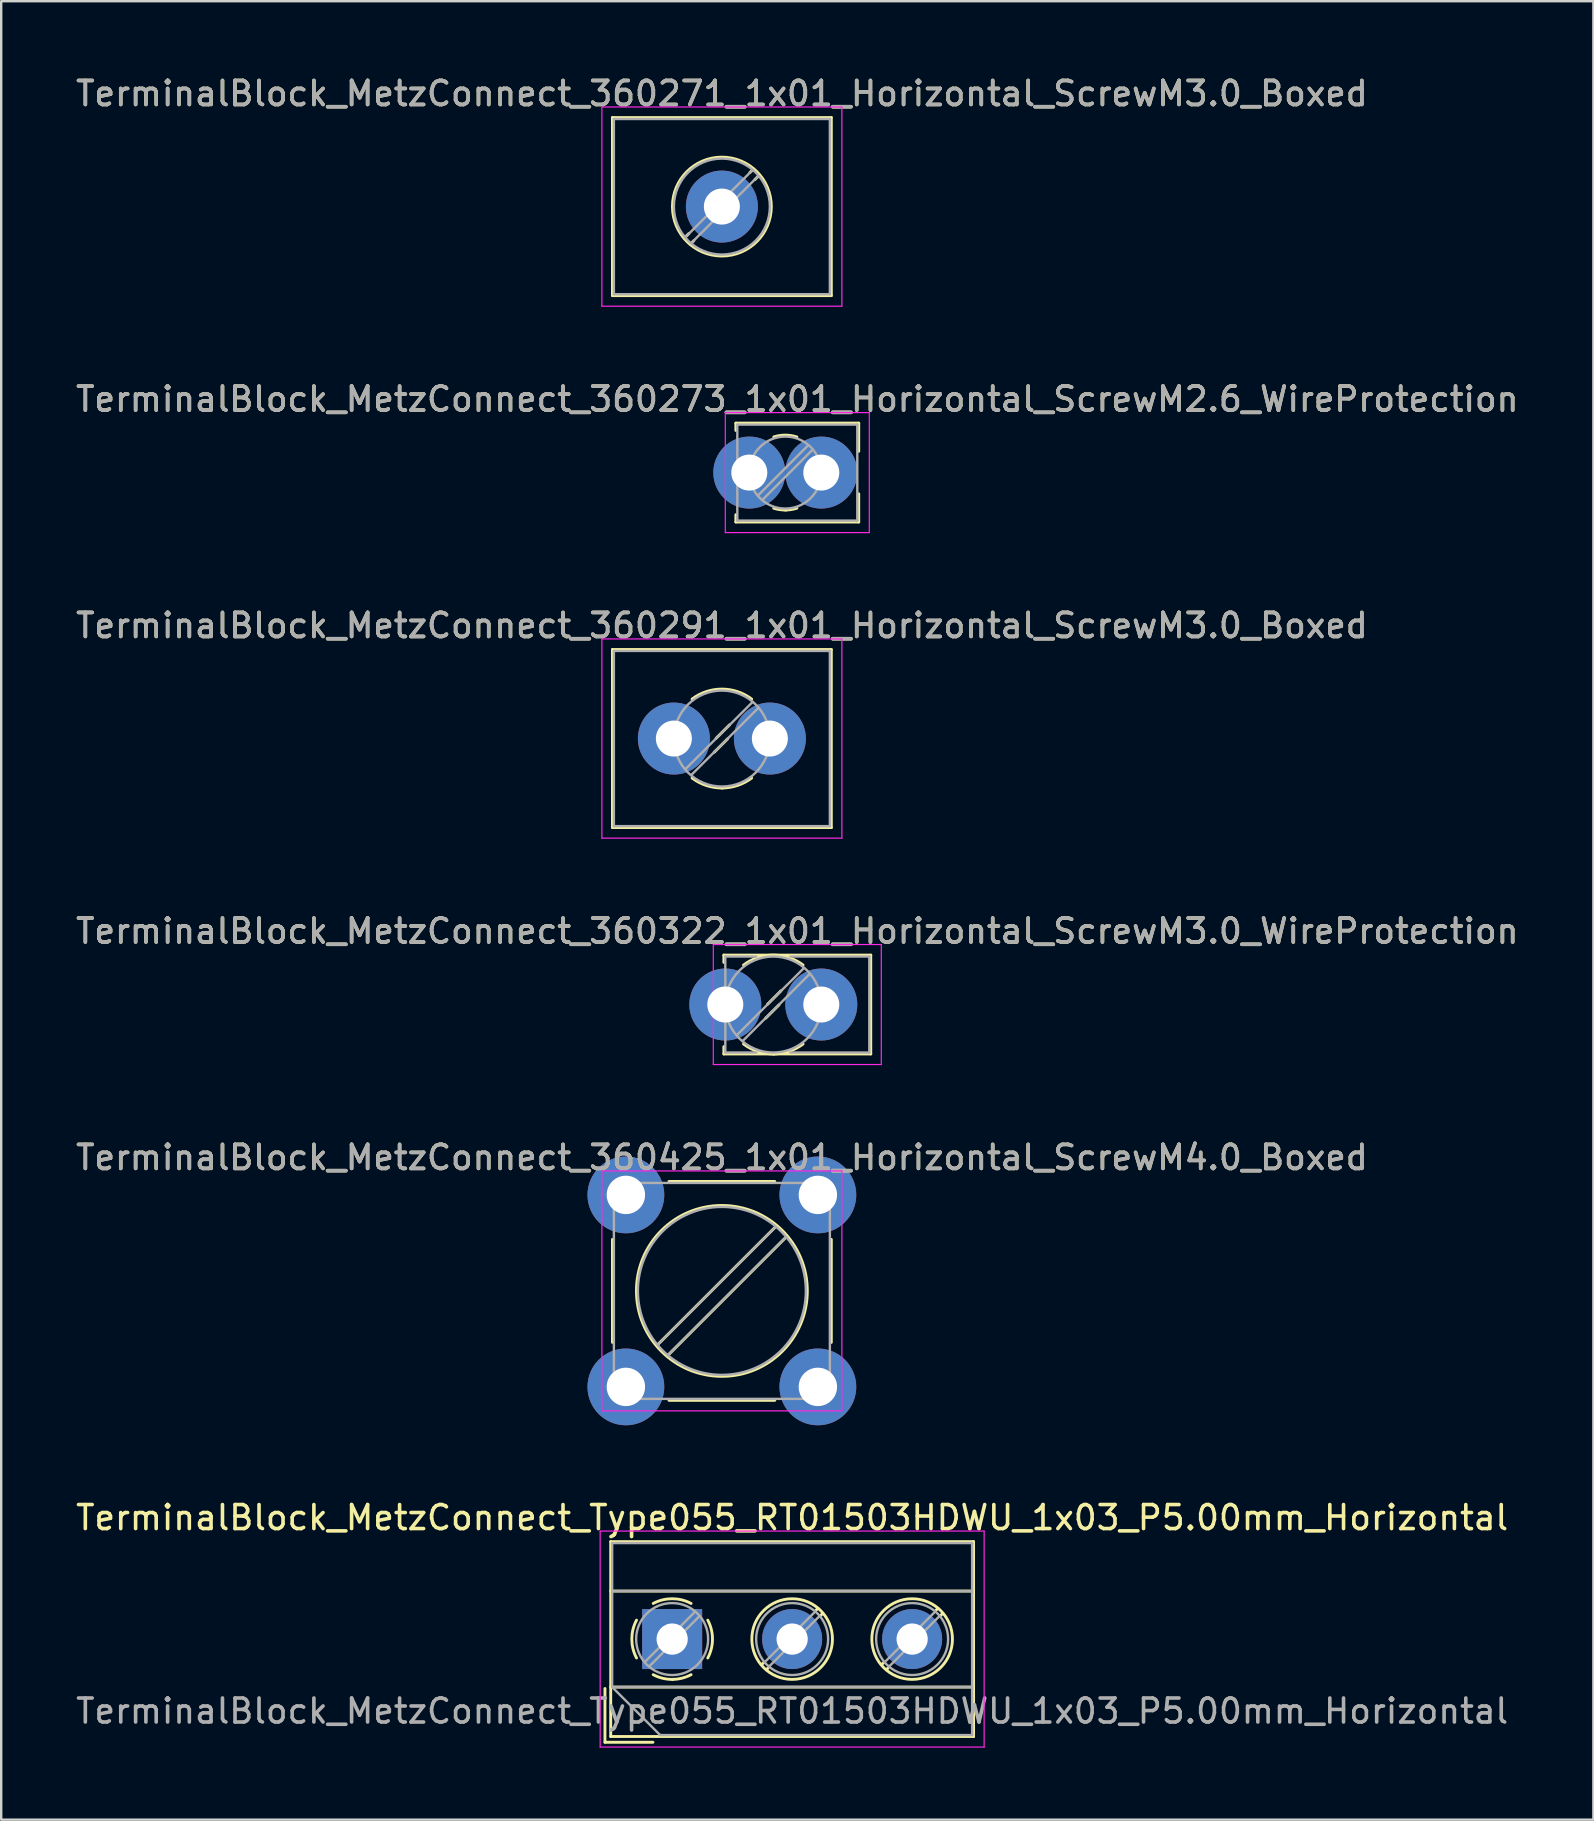
<source format=kicad_pcb>
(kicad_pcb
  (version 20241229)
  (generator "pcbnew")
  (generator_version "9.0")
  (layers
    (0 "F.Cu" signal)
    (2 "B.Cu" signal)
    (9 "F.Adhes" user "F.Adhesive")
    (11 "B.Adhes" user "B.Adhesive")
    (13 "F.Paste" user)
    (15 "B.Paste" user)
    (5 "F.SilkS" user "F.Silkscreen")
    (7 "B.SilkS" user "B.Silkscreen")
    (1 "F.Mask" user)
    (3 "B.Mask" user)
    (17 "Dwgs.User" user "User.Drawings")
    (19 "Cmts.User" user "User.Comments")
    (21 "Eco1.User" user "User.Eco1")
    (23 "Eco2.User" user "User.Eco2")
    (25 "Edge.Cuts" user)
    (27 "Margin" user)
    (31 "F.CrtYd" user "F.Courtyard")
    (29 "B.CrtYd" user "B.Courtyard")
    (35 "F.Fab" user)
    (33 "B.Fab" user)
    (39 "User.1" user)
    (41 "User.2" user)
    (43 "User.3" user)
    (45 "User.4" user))
  (footprint "TerminalBlock_MetzConnect_360271_1x01_Horizontal_ScrewM3.0_Boxed"
    (layer "F.Cu")
    (at 27.03 5.558)
    (property "Reference" "TerminalBlock_MetzConnect_360271_1x01_Horizontal_ScrewM3.0_Boxed" (at 0 -4.71 0) (layer "F.SilkS") (effects (font (size 1 1) (thickness 0.15))))
    (attr through_hole)
    (fp_line (start -4.56 -3.71) (end -4.56 3.71) (stroke (width 0.12) (type solid)) (layer "F.SilkS"))
    (fp_line (start -4.56 -3.71) (end 4.56 -3.71) (stroke (width 0.12) (type solid)) (layer "F.SilkS"))
    (fp_line (start -4.56 3.71) (end 4.56 3.71) (stroke (width 0.12) (type solid)) (layer "F.SilkS"))
    (fp_line (start -1.376 1.124) (end -1.563 1.311) (stroke (width 0.12) (type solid)) (layer "F.SilkS"))
    (fp_line (start -1.168 1.419) (end -1.312 1.563) (stroke (width 0.12) (type solid)) (layer "F.SilkS"))
    (fp_line (start 1.312 -1.563) (end 1.168 -1.419) (stroke (width 0.12) (type solid)) (layer "F.SilkS"))
    (fp_line (start 1.563 -1.311) (end 1.376 -1.125) (stroke (width 0.12) (type solid)) (layer "F.SilkS"))
    (fp_line (start 4.56 -3.71) (end 4.56 3.71) (stroke (width 0.12) (type solid)) (layer "F.SilkS"))
    (fp_circle (center 0 0) (end 2.06 0) (stroke (width 0.12) (type solid)) (fill no) (layer "F.SilkS"))
    (fp_line (start -5 -4.15) (end -5 4.15) (stroke (width 0.05) (type solid)) (layer "F.CrtYd"))
    (fp_line (start -5 4.15) (end 5 4.15) (stroke (width 0.05) (type solid)) (layer "F.CrtYd"))
    (fp_line (start 5 -4.15) (end -5 -4.15) (stroke (width 0.05) (type solid)) (layer "F.CrtYd"))
    (fp_line (start 5 4.15) (end 5 -4.15) (stroke (width 0.05) (type solid)) (layer "F.CrtYd"))
    (fp_line (start -4.5 -3.65) (end -4.5 3.65) (stroke (width 0.1) (type solid)) (layer "F.Fab"))
    (fp_line (start -4.5 -3.65) (end 4.5 -3.65) (stroke (width 0.1) (type solid)) (layer "F.Fab"))
    (fp_line (start -4.5 3.65) (end 4.5 3.65) (stroke (width 0.1) (type solid)) (layer "F.Fab"))
    (fp_line (start 1.273 -1.517) (end -1.517 1.273) (stroke (width 0.1) (type solid)) (layer "F.Fab"))
    (fp_line (start 1.517 -1.273) (end -1.273 1.517) (stroke (width 0.1) (type solid)) (layer "F.Fab"))
    (fp_line (start 4.5 -3.65) (end 4.5 3.65) (stroke (width 0.1) (type solid)) (layer "F.Fab"))
    (fp_circle (center 0 0) (end 2 0) (stroke (width 0.1) (type solid)) (fill no) (layer "F.Fab"))
    (fp_text user "${REFERENCE}" (at 0 -4.71 0) (layer "F.Fab") (effects (font (size 1 1) (thickness 0.15))))
    (pad "1" thru_hole circle (at 0 0) (size 3 3) (drill 1.5) (layers "*.Cu" "*.Mask")))
  (footprint "TerminalBlock_MetzConnect_360273_1x01_Horizontal_ScrewM2.6_WireProtection"
    (layer "F.Cu")
    (at 28.173 16.642)
    (property "Reference" "TerminalBlock_MetzConnect_360273_1x01_Horizontal_ScrewM2.6_WireProtection" (at 2 -3.06 0) (layer "F.SilkS") (effects (font (size 1 1) (thickness 0.15))))
    (attr through_hole)
    (fp_line (start -0.56 -2.06) (end -0.56 -1.755) (stroke (width 0.12) (type solid)) (layer "F.SilkS"))
    (fp_line (start -0.56 -2.06) (end 4.56 -2.06) (stroke (width 0.12) (type solid)) (layer "F.SilkS"))
    (fp_line (start -0.56 1.755) (end -0.56 2.06) (stroke (width 0.12) (type solid)) (layer "F.SilkS"))
    (fp_line (start -0.56 2.06) (end 4.56 2.06) (stroke (width 0.12) (type solid)) (layer "F.SilkS"))
    (fp_line (start 4.56 -2.06) (end 4.56 -0.885) (stroke (width 0.12) (type solid)) (layer "F.SilkS"))
    (fp_line (start 4.56 0.885) (end 4.56 2.06) (stroke (width 0.12) (type solid)) (layer "F.SilkS"))
    (fp_arc (start 1.018482 -1.484481) (mid 1.500779 -1.560623) (end 1.983 -1.484) (stroke (width 0.12) (type solid)) (layer "F.SilkS"))
    (fp_arc (start 1.526458 1.560399) (mid 1.268555 1.543366) (end 1.017 1.484) (stroke (width 0.12) (type solid)) (layer "F.SilkS"))
    (fp_arc (start 1.982067 1.483648) (mid 1.744038 1.540794) (end 1.5 1.56) (stroke (width 0.12) (type solid)) (layer "F.SilkS"))
    (fp_line (start -1 -2.5) (end -1 2.5) (stroke (width 0.05) (type solid)) (layer "F.CrtYd"))
    (fp_line (start -1 2.5) (end 5 2.5) (stroke (width 0.05) (type solid)) (layer "F.CrtYd"))
    (fp_line (start 5 -2.5) (end -1 -2.5) (stroke (width 0.05) (type solid)) (layer "F.CrtYd"))
    (fp_line (start 5 2.5) (end 5 -2.5) (stroke (width 0.05) (type solid)) (layer "F.CrtYd"))
    (fp_line (start -0.5 -2) (end -0.5 2) (stroke (width 0.1) (type solid)) (layer "F.Fab"))
    (fp_line (start -0.5 -2) (end 4.5 -2) (stroke (width 0.1) (type solid)) (layer "F.Fab"))
    (fp_line (start -0.5 2) (end 4.5 2) (stroke (width 0.1) (type solid)) (layer "F.Fab"))
    (fp_line (start 2.455 -1.138) (end 0.362 0.955) (stroke (width 0.1) (type solid)) (layer "F.Fab"))
    (fp_line (start 2.638 -0.955) (end 0.545 1.138) (stroke (width 0.1) (type solid)) (layer "F.Fab"))
    (fp_line (start 4.5 -2) (end 4.5 2) (stroke (width 0.1) (type solid)) (layer "F.Fab"))
    (fp_circle (center 1.5 0) (end 3 0) (stroke (width 0.1) (type solid)) (fill no) (layer "F.Fab"))
    (fp_text user "${REFERENCE}" (at 2 -3.06 0) (layer "F.Fab") (effects (font (size 1 1) (thickness 0.15))))
    (pad "1" thru_hole circle (at 0 0) (size 3 3) (drill 1.5) (layers "*.Cu" "*.Mask"))
    (pad "1" thru_hole circle (at 3 0) (size 3 3) (drill 1.5) (layers "*.Cu" "*.Mask")))
  (footprint "TerminalBlock_MetzConnect_360322_1x01_Horizontal_ScrewM3.0_WireProtection"
    (layer "F.Cu")
    (at 27.173 38.808)
    (property "Reference" "TerminalBlock_MetzConnect_360322_1x01_Horizontal_ScrewM3.0_WireProtection" (at 3 -3.06 0) (layer "F.SilkS") (effects (font (size 1 1) (thickness 0.15))))
    (attr through_hole)
    (fp_line (start -0.06 -2.06) (end -0.06 -1.755) (stroke (width 0.12) (type solid)) (layer "F.SilkS"))
    (fp_line (start -0.06 -2.06) (end 6.061 -2.06) (stroke (width 0.12) (type solid)) (layer "F.SilkS"))
    (fp_line (start -0.06 1.755) (end -0.06 2.06) (stroke (width 0.12) (type solid)) (layer "F.SilkS"))
    (fp_line (start -0.06 2.06) (end 6.061 2.06) (stroke (width 0.12) (type solid)) (layer "F.SilkS"))
    (fp_line (start 1.68 0.571) (end 1.68 0.571) (stroke (width 0.12) (type solid)) (layer "F.SilkS"))
    (fp_line (start 2.241 0.011) (end 1.708 0.543) (stroke (width 0.12) (type solid)) (layer "F.SilkS"))
    (fp_line (start 2.291 -0.543) (end 1.759 -0.011) (stroke (width 0.12) (type solid)) (layer "F.SilkS"))
    (fp_line (start 2.32 -0.572) (end 2.32 -0.572) (stroke (width 0.12) (type solid)) (layer "F.SilkS"))
    (fp_line (start 6.061 -2.06) (end 6.061 2.06) (stroke (width 0.12) (type solid)) (layer "F.SilkS"))
    (fp_arc (start 0.759554 -1.645664) (mid 1.999721 -2.060805) (end 3.24 -1.646) (stroke (width 0.12) (type solid)) (layer "F.SilkS"))
    (fp_arc (start 2.034842 2.060314) (mid 1.362171 1.959409) (end 0.759 1.645) (stroke (width 0.12) (type solid)) (layer "F.SilkS"))
    (fp_arc (start 3.239739 1.645189) (mid 2.653648 1.953547) (end 2 2.06) (stroke (width 0.12) (type solid)) (layer "F.SilkS"))
    (fp_line (start -0.5 -2.5) (end -0.5 2.5) (stroke (width 0.05) (type solid)) (layer "F.CrtYd"))
    (fp_line (start -0.5 2.5) (end 6.5 2.5) (stroke (width 0.05) (type solid)) (layer "F.CrtYd"))
    (fp_line (start 6.5 -2.5) (end -0.5 -2.5) (stroke (width 0.05) (type solid)) (layer "F.CrtYd"))
    (fp_line (start 6.5 2.5) (end 6.5 -2.5) (stroke (width 0.05) (type solid)) (layer "F.CrtYd"))
    (fp_line (start 0 -2) (end 0 -0.265) (stroke (width 0.1) (type solid)) (layer "F.Fab"))
    (fp_line (start 0 -2) (end 1.289 -2) (stroke (width 0.1) (type solid)) (layer "F.Fab"))
    (fp_line (start 0 0.265) (end 0 2) (stroke (width 0.1) (type solid)) (layer "F.Fab"))
    (fp_line (start 0 2) (end 1.289 2) (stroke (width 0.1) (type solid)) (layer "F.Fab"))
    (fp_line (start 2.711 -2) (end 6 -2) (stroke (width 0.1) (type solid)) (layer "F.Fab"))
    (fp_line (start 2.711 2) (end 6 2) (stroke (width 0.1) (type solid)) (layer "F.Fab"))
    (fp_line (start 3.273 -1.517) (end 0.483 1.273) (stroke (width 0.1) (type solid)) (layer "F.Fab"))
    (fp_line (start 3.517 -1.273) (end 0.727 1.517) (stroke (width 0.1) (type solid)) (layer "F.Fab"))
    (fp_line (start 6 -2) (end 6 2) (stroke (width 0.1) (type solid)) (layer "F.Fab"))
    (fp_circle (center 2 0) (end 4 0) (stroke (width 0.1) (type solid)) (fill no) (layer "F.Fab"))
    (fp_text user "${REFERENCE}" (at 3 -3.06 0) (layer "F.Fab") (effects (font (size 1 1) (thickness 0.15))))
    (pad "1" thru_hole circle (at 0 0) (size 3 3) (drill 1.5) (layers "*.Cu" "*.Mask"))
    (pad "1" thru_hole circle (at 4 0) (size 3 3) (drill 1.5) (layers "*.Cu" "*.Mask")))
  (footprint "TerminalBlock_MetzConnect_360425_1x01_Horizontal_ScrewM4.0_Boxed"
    (layer "F.Cu")
    (at 23.03 46.741)
    (property "Reference" "TerminalBlock_MetzConnect_360425_1x01_Horizontal_ScrewM4.0_Boxed" (at 4 -1.56 0) (layer "F.SilkS") (effects (font (size 1 1) (thickness 0.15))))
    (attr through_hole)
    (fp_line (start -0.56 1.855) (end -0.56 6.145) (stroke (width 0.12) (type solid)) (layer "F.SilkS"))
    (fp_line (start 1.796 -0.56) (end 6.204 -0.56) (stroke (width 0.12) (type solid)) (layer "F.SilkS"))
    (fp_line (start 1.796 8.56) (end 6.204 8.56) (stroke (width 0.12) (type solid)) (layer "F.SilkS"))
    (fp_line (start 6.266 1.3) (end 1.299 6.266) (stroke (width 0.12) (type solid)) (layer "F.SilkS"))
    (fp_line (start 6.7 1.734) (end 1.734 6.7) (stroke (width 0.12) (type solid)) (layer "F.SilkS"))
    (fp_line (start 8.56 1.855) (end 8.56 6.145) (stroke (width 0.12) (type solid)) (layer "F.SilkS"))
    (fp_circle (center 4 4) (end 7.56 4) (stroke (width 0.12) (type solid)) (fill no) (layer "F.SilkS"))
    (fp_line (start -1 -1) (end -1 9) (stroke (width 0.05) (type solid)) (layer "F.CrtYd"))
    (fp_line (start -1 9) (end 9 9) (stroke (width 0.05) (type solid)) (layer "F.CrtYd"))
    (fp_line (start 9 -1) (end -1 -1) (stroke (width 0.05) (type solid)) (layer "F.CrtYd"))
    (fp_line (start 9 9) (end 9 -1) (stroke (width 0.05) (type solid)) (layer "F.CrtYd"))
    (fp_line (start -0.5 -0.5) (end -0.5 8.5) (stroke (width 0.1) (type solid)) (layer "F.Fab"))
    (fp_line (start -0.5 -0.5) (end 8.5 -0.5) (stroke (width 0.1) (type solid)) (layer "F.Fab"))
    (fp_line (start -0.5 8.5) (end 8.5 8.5) (stroke (width 0.1) (type solid)) (layer "F.Fab"))
    (fp_line (start 6.228 1.345) (end 1.345 6.227) (stroke (width 0.1) (type solid)) (layer "F.Fab"))
    (fp_line (start 6.655 1.772) (end 1.772 6.654) (stroke (width 0.1) (type solid)) (layer "F.Fab"))
    (fp_line (start 8.5 -0.5) (end 8.5 8.5) (stroke (width 0.1) (type solid)) (layer "F.Fab"))
    (fp_circle (center 4 4) (end 7.5 4) (stroke (width 0.1) (type solid)) (fill no) (layer "F.Fab"))
    (fp_text user "${REFERENCE}" (at 4 -1.56 0) (layer "F.Fab") (effects (font (size 1 1) (thickness 0.15))))
    (pad "1" thru_hole circle (at 0 0) (size 3.2 3.2) (drill 1.6) (layers "*.Cu" "*.Mask"))
    (pad "1" thru_hole circle (at 0 8) (size 3.2 3.2) (drill 1.6) (layers "*.Cu" "*.Mask"))
    (pad "1" thru_hole circle (at 8 0) (size 3.2 3.2) (drill 1.6) (layers "*.Cu" "*.Mask"))
    (pad "1" thru_hole circle (at 8 8) (size 3.2 3.2) (drill 1.6) (layers "*.Cu" "*.Mask")))
  (footprint "TerminalBlock_MetzConnect_Type055_RT01503HDWU_1x03_P5.00mm_Horizontal"
    (layer "F.Cu")
    (at 24.958 65.249)
    (property "Reference" "TerminalBlock_MetzConnect_Type055_RT01503HDWU_1x03_P5.00mm_Horizontal" (at 5 -5.06 0) (layer "F.SilkS") (effects (font (size 1 1) (thickness 0.15))))
    (attr through_hole)
    (fp_line (start -2.8 2.06) (end -2.8 4.3) (stroke (width 0.12) (type solid)) (layer "F.SilkS"))
    (fp_line (start -2.8 4.3) (end -0.8 4.3) (stroke (width 0.12) (type solid)) (layer "F.SilkS"))
    (fp_line (start -2.56 -4.06) (end -2.56 4.06) (stroke (width 0.12) (type solid)) (layer "F.SilkS"))
    (fp_line (start -2.56 -4.06) (end 12.56 -4.06) (stroke (width 0.12) (type solid)) (layer "F.SilkS"))
    (fp_line (start -2.56 -2) (end 12.56 -2) (stroke (width 0.12) (type solid)) (layer "F.SilkS"))
    (fp_line (start -2.56 2) (end 12.56 2) (stroke (width 0.12) (type solid)) (layer "F.SilkS"))
    (fp_line (start -2.56 4.06) (end 12.56 4.06) (stroke (width 0.12) (type solid)) (layer "F.SilkS"))
    (fp_line (start 3.82 0.976) (end 3.726 1.069) (stroke (width 0.12) (type solid)) (layer "F.SilkS"))
    (fp_line (start 3.99 1.216) (end 3.931 1.274) (stroke (width 0.12) (type solid)) (layer "F.SilkS"))
    (fp_line (start 6.07 -1.275) (end 6.011 -1.216) (stroke (width 0.12) (type solid)) (layer "F.SilkS"))
    (fp_line (start 6.275 -1.069) (end 6.181 -0.976) (stroke (width 0.12) (type solid)) (layer "F.SilkS"))
    (fp_line (start 8.82 0.976) (end 8.726 1.069) (stroke (width 0.12) (type solid)) (layer "F.SilkS"))
    (fp_line (start 8.99 1.216) (end 8.931 1.274) (stroke (width 0.12) (type solid)) (layer "F.SilkS"))
    (fp_line (start 11.07 -1.275) (end 11.011 -1.216) (stroke (width 0.12) (type solid)) (layer "F.SilkS"))
    (fp_line (start 11.275 -1.069) (end 11.181 -0.976) (stroke (width 0.12) (type solid)) (layer "F.SilkS"))
    (fp_line (start 12.56 -4.06) (end 12.56 4.06) (stroke (width 0.12) (type solid)) (layer "F.SilkS"))
    (fp_arc (start -1.483953 0.789089) (mid -1.680708 0.00005) (end -1.484 -0.789) (stroke (width 0.12) (type solid)) (layer "F.SilkS"))
    (fp_arc (start -0.789089 -1.483953) (mid -0.00005 -1.680708) (end 0.789 -1.484) (stroke (width 0.12) (type solid)) (layer "F.SilkS"))
    (fp_arc (start 0.029383 1.68045) (mid -0.392304 1.634281) (end -0.789 1.484) (stroke (width 0.12) (type solid)) (layer "F.SilkS"))
    (fp_arc (start 0.788712 1.483352) (mid 0.406429 1.630097) (end 0 1.68) (stroke (width 0.12) (type solid)) (layer "F.SilkS"))
    (fp_arc (start 1.483953 -0.789089) (mid 1.680708 -0.00005) (end 1.484 0.789) (stroke (width 0.12) (type solid)) (layer "F.SilkS"))
    (fp_circle (center 5 0) (end 6.68 0) (stroke (width 0.12) (type solid)) (fill no) (layer "F.SilkS"))
    (fp_circle (center 10 0) (end 11.68 0) (stroke (width 0.12) (type solid)) (fill no) (layer "F.SilkS"))
    (fp_line (start -3 -4.5) (end -3 4.5) (stroke (width 0.05) (type solid)) (layer "F.CrtYd"))
    (fp_line (start -3 4.5) (end 13 4.5) (stroke (width 0.05) (type solid)) (layer "F.CrtYd"))
    (fp_line (start 13 -4.5) (end -3 -4.5) (stroke (width 0.05) (type solid)) (layer "F.CrtYd"))
    (fp_line (start 13 4.5) (end 13 -4.5) (stroke (width 0.05) (type solid)) (layer "F.CrtYd"))
    (fp_line (start -2.5 -4) (end 12.5 -4) (stroke (width 0.1) (type solid)) (layer "F.Fab"))
    (fp_line (start -2.5 -2) (end 12.5 -2) (stroke (width 0.1) (type solid)) (layer "F.Fab"))
    (fp_line (start -2.5 2) (end -2.5 -4) (stroke (width 0.1) (type solid)) (layer "F.Fab"))
    (fp_line (start -2.5 2) (end 12.5 2) (stroke (width 0.1) (type solid)) (layer "F.Fab"))
    (fp_line (start -0.5 4) (end -2.5 2) (stroke (width 0.1) (type solid)) (layer "F.Fab"))
    (fp_line (start 0.955 -1.138) (end -1.138 0.955) (stroke (width 0.1) (type solid)) (layer "F.Fab"))
    (fp_line (start 1.138 -0.955) (end -0.955 1.138) (stroke (width 0.1) (type solid)) (layer "F.Fab"))
    (fp_line (start 5.955 -1.138) (end 3.863 0.955) (stroke (width 0.1) (type solid)) (layer "F.Fab"))
    (fp_line (start 6.138 -0.955) (end 4.046 1.138) (stroke (width 0.1) (type solid)) (layer "F.Fab"))
    (fp_line (start 10.955 -1.138) (end 8.863 0.955) (stroke (width 0.1) (type solid)) (layer "F.Fab"))
    (fp_line (start 11.138 -0.955) (end 9.046 1.138) (stroke (width 0.1) (type solid)) (layer "F.Fab"))
    (fp_line (start 12.5 -4) (end 12.5 4) (stroke (width 0.1) (type solid)) (layer "F.Fab"))
    (fp_line (start 12.5 4) (end -0.5 4) (stroke (width 0.1) (type solid)) (layer "F.Fab"))
    (fp_circle (center 0 0) (end 1.5 0) (stroke (width 0.1) (type solid)) (fill no) (layer "F.Fab"))
    (fp_circle (center 5 0) (end 6.5 0) (stroke (width 0.1) (type solid)) (fill no) (layer "F.Fab"))
    (fp_circle (center 10 0) (end 11.5 0) (stroke (width 0.1) (type solid)) (fill no) (layer "F.Fab"))
    (fp_text user "${REFERENCE}" (at 5 3 0) (layer "F.Fab") (effects (font (size 1 1) (thickness 0.15))))
    (pad "1" thru_hole rect (at 0 0) (size 2.5 2.5) (drill 1.3) (layers "*.Cu" "*.Mask"))
    (pad "2" thru_hole circle (at 5 0) (size 2.5 2.5) (drill 1.3) (layers "*.Cu" "*.Mask"))
    (pad "3" thru_hole circle (at 10 0) (size 2.5 2.5) (drill 1.3) (layers "*.Cu" "*.Mask")))
  (footprint "TerminalBlock_MetzConnect_360291_1x01_Horizontal_ScrewM3.0_Boxed"
    (layer "F.Cu")
    (at 25.03 27.725)
    (property "Reference" "TerminalBlock_MetzConnect_360291_1x01_Horizontal_ScrewM3.0_Boxed" (at 2 -4.71 0) (layer "F.SilkS") (effects (font (size 1 1) (thickness 0.15))))
    (attr through_hole)
    (fp_line (start -2.56 -3.71) (end -2.56 3.71) (stroke (width 0.12) (type solid)) (layer "F.SilkS"))
    (fp_line (start -2.56 -3.71) (end 6.56 -3.71) (stroke (width 0.12) (type solid)) (layer "F.SilkS"))
    (fp_line (start -2.56 3.71) (end 6.56 3.71) (stroke (width 0.12) (type solid)) (layer "F.SilkS"))
    (fp_line (start 1.68 0.571) (end 1.68 0.571) (stroke (width 0.12) (type solid)) (layer "F.SilkS"))
    (fp_line (start 2.241 0.011) (end 1.708 0.543) (stroke (width 0.12) (type solid)) (layer "F.SilkS"))
    (fp_line (start 2.291 -0.543) (end 1.759 -0.011) (stroke (width 0.12) (type solid)) (layer "F.SilkS"))
    (fp_line (start 2.32 -0.572) (end 2.32 -0.572) (stroke (width 0.12) (type solid)) (layer "F.SilkS"))
    (fp_line (start 6.56 -3.71) (end 6.56 3.71) (stroke (width 0.12) (type solid)) (layer "F.SilkS"))
    (fp_arc (start 0.759554 -1.645664) (mid 1.999721 -2.060805) (end 3.24 -1.646) (stroke (width 0.12) (type solid)) (layer "F.SilkS"))
    (fp_arc (start 2.034842 2.060314) (mid 1.362171 1.959409) (end 0.759 1.645) (stroke (width 0.12) (type solid)) (layer "F.SilkS"))
    (fp_arc (start 3.239739 1.645189) (mid 2.653648 1.953547) (end 2 2.06) (stroke (width 0.12) (type solid)) (layer "F.SilkS"))
    (fp_line (start -3 -4.15) (end -3 4.15) (stroke (width 0.05) (type solid)) (layer "F.CrtYd"))
    (fp_line (start -3 4.15) (end 7 4.15) (stroke (width 0.05) (type solid)) (layer "F.CrtYd"))
    (fp_line (start 7 -4.15) (end -3 -4.15) (stroke (width 0.05) (type solid)) (layer "F.CrtYd"))
    (fp_line (start 7 4.15) (end 7 -4.15) (stroke (width 0.05) (type solid)) (layer "F.CrtYd"))
    (fp_line (start -2.5 -3.65) (end -2.5 3.65) (stroke (width 0.1) (type solid)) (layer "F.Fab"))
    (fp_line (start -2.5 -3.65) (end 6.5 -3.65) (stroke (width 0.1) (type solid)) (layer "F.Fab"))
    (fp_line (start -2.5 3.65) (end 6.5 3.65) (stroke (width 0.1) (type solid)) (layer "F.Fab"))
    (fp_line (start 3.273 -1.517) (end 0.483 1.273) (stroke (width 0.1) (type solid)) (layer "F.Fab"))
    (fp_line (start 3.517 -1.273) (end 0.727 1.517) (stroke (width 0.1) (type solid)) (layer "F.Fab"))
    (fp_line (start 6.5 -3.65) (end 6.5 3.65) (stroke (width 0.1) (type solid)) (layer "F.Fab"))
    (fp_circle (center 2 0) (end 4 0) (stroke (width 0.1) (type solid)) (fill no) (layer "F.Fab"))
    (fp_text user "${REFERENCE}" (at 2 -4.71 0) (layer "F.Fab") (effects (font (size 1 1) (thickness 0.15))))
    (pad "1" thru_hole circle (at 0 0) (size 3 3) (drill 1.5) (layers "*.Cu" "*.Mask"))
    (pad "1" thru_hole circle (at 4 0) (size 3 3) (drill 1.5) (layers "*.Cu" "*.Mask")))
  (gr_rect
    (start -3 -3)
    (end 63.345 72.775)
    (stroke (width 0.1) (type default))
    (fill no)
    (layer "Edge.Cuts")))
</source>
